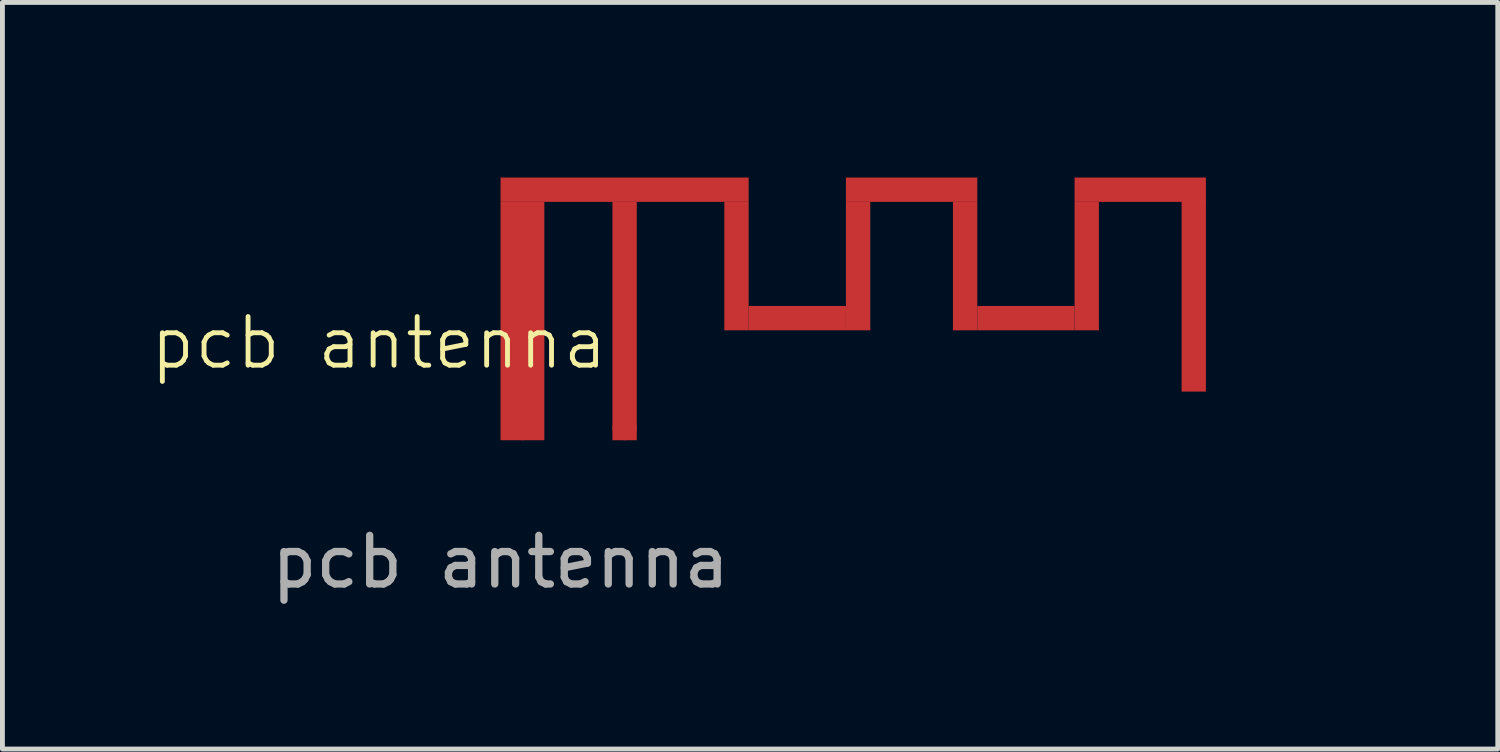
<source format=kicad_pcb>
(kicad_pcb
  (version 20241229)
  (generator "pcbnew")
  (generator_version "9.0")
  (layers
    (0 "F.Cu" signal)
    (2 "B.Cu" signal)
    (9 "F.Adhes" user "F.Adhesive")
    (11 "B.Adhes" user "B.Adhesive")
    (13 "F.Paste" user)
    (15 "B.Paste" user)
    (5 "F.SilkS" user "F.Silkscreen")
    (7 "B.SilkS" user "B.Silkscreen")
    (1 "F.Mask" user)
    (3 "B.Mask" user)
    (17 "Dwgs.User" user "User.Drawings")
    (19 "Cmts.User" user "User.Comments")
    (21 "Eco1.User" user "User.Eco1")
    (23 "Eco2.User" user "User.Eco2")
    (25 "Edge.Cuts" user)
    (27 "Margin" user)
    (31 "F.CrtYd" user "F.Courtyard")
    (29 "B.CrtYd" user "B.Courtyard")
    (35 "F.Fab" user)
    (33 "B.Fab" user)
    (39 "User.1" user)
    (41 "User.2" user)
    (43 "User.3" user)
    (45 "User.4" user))
  (footprint "pcb antenna"
    (layer "F.Cu")
    (at 7.24 6)
    (property "Reference" "pcb antenna" (at -2.5 -2 0) (unlocked yes) (layer "F.SilkS") (effects (font (size 1 1) (thickness 0.1))))
    (attr smd)
    (fp_rect (start 0 -5.4) (end 5.1 -4.9) (stroke (width 0) (type solid)) (fill yes) (layer "F.Cu"))
    (fp_rect (start 0 -4.9) (end 0.9 0) (stroke (width 0) (type solid)) (fill yes) (layer "F.Cu"))
    (fp_rect (start 2.3 -4.9) (end 2.8 0) (stroke (width 0) (type solid)) (fill yes) (layer "F.Cu"))
    (fp_rect (start 4.6 -4.9) (end 5.1 -2.26) (stroke (width 0) (type solid)) (fill yes) (layer "F.Cu"))
    (fp_rect (start 5.1 -2.76) (end 7.1 -2.26) (stroke (width 0) (type solid)) (fill yes) (layer "F.Cu"))
    (fp_rect (start 7.1 -5.4) (end 9.8 -4.9) (stroke (width 0) (type solid)) (fill yes) (layer "F.Cu"))
    (fp_rect (start 7.1 -4.9) (end 7.6 -2.26) (stroke (width 0) (type solid)) (fill yes) (layer "F.Cu"))
    (fp_rect (start 9.3 -4.9) (end 9.8 -2.26) (stroke (width 0) (type solid)) (fill yes) (layer "F.Cu"))
    (fp_rect (start 9.8 -2.76) (end 11.8 -2.26) (stroke (width 0) (type solid)) (fill yes) (layer "F.Cu"))
    (fp_rect (start 11.8 -5.4) (end 14.5 -4.9) (stroke (width 0) (type solid)) (fill yes) (layer "F.Cu"))
    (fp_rect (start 11.8 -4.9) (end 12.3 -2.26) (stroke (width 0) (type solid)) (fill yes) (layer "F.Cu"))
    (fp_rect (start 14 -4.94) (end 14.5 -1) (stroke (width 0) (type solid)) (fill yes) (layer "F.Cu"))
    (fp_text user "${REFERENCE}" (at 0 2.5 0) (unlocked yes) (layer "F.Fab") (effects (font (size 1 1) (thickness 0.15))))
    (pad "1" smd circle (at 0.45 -0.25) (size 0.5 0.5) (layers "F.Cu" "F.Mask" "F.Paste"))
    (pad "2" smd circle (at 2.55 -0.25) (size 0.5 0.5) (layers "F.Cu" "F.Mask" "F.Paste"))
    (zone (net_name "") (layer "F.Cu") (hatch edge 0.5) (connect_pads) (min_thickness 0.25) (filled_areas_thickness no) (keepout (tracks not_allowed) (vias not_allowed) (pads not_allowed) (copperpour not_allowed) (footprints not_allowed)) (placement (enabled no)) (fill) (polygon (pts (xy 6.74 5.5) (xy 6.74 0) (xy 24.74 0) (xy 24.74 5.5)))))
  (gr_rect
    (start -3 -3)
    (end 27.74 12.348)
    (stroke (width 0.1) (type default))
    (fill no)
    (layer "Edge.Cuts")))
</source>
